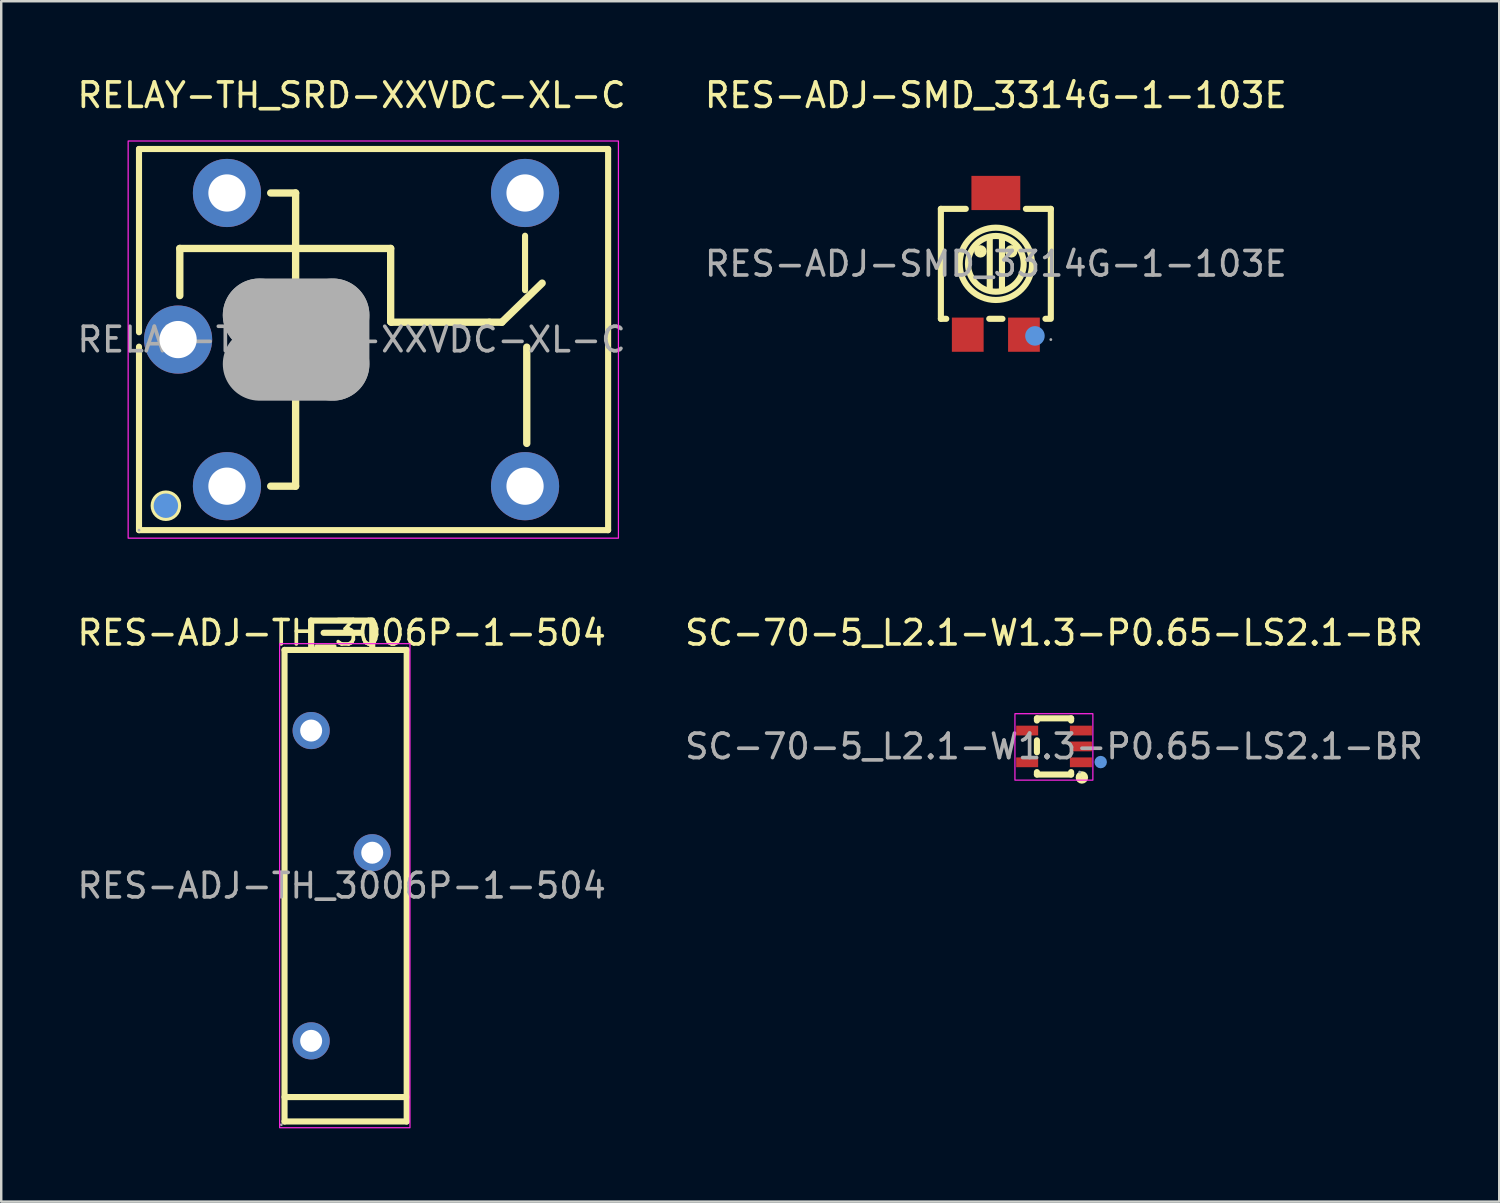
<source format=kicad_pcb>
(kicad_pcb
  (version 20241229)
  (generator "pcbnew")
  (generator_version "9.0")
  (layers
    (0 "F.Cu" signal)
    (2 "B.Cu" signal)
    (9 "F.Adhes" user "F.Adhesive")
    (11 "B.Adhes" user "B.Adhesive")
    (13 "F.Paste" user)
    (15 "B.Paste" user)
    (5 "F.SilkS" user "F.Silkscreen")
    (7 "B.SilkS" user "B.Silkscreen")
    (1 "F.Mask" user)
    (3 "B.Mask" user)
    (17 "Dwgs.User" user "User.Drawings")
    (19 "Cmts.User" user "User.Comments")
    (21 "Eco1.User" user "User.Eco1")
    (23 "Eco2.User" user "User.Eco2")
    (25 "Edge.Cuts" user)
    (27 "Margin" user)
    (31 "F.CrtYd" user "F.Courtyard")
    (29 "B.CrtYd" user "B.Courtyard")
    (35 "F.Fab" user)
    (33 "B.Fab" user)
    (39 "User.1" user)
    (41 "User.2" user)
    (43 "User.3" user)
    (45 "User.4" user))
  (footprint "RES-ADJ-TH_3006P-1-504"
    (layer "F.Cu")
    (at 10.935 33.2)
    (property "Reference" "RES-ADJ-TH_3006P-1-504" (at 0 -10.35 0) (layer "F.SilkS") (effects (font (size 1 1) (thickness 0.15))))
    (attr through_hole)
    (fp_line (start -2.34 -9.65) (end 2.66 -9.65) (stroke (width 0.25) (type solid)) (layer "F.SilkS"))
    (fp_line (start -2.34 8.65) (end 2.66 8.65) (stroke (width 0.25) (type solid)) (layer "F.SilkS"))
    (fp_line (start -2.34 9.65) (end -2.34 -9.65) (stroke (width 0.25) (type solid)) (layer "F.SilkS"))
    (fp_line (start -1.25 -10.85) (end 1.25 -10.85) (stroke (width 0.25) (type solid)) (layer "F.SilkS"))
    (fp_line (start -1.25 -9.65) (end -1.25 -10.85) (stroke (width 0.25) (type solid)) (layer "F.SilkS"))
    (fp_line (start -0.74 -10.35) (end 0.76 -10.35) (stroke (width 0.25) (type solid)) (layer "F.SilkS"))
    (fp_line (start 1.25 -10.85) (end 1.25 -9.65) (stroke (width 0.25) (type solid)) (layer "F.SilkS"))
    (fp_line (start 2.66 -9.65) (end 2.66 9.65) (stroke (width 0.25) (type solid)) (layer "F.SilkS"))
    (fp_line (start 2.66 9.65) (end -2.34 9.65) (stroke (width 0.25) (type solid)) (layer "F.SilkS"))
    (fp_rect (start -2.54 -9.906) (end 2.794 9.906) (stroke (width 0.05) (type default)) (fill no) (layer "F.CrtYd"))
    (fp_circle (center -2.47 9.78) (end -2.44 9.78) (stroke (width 0.06) (type solid)) (fill no) (layer "F.Fab"))
    (fp_circle (center -1.25 -6.35) (end -1.07 -6.35) (stroke (width 0.35) (type solid)) (fill no) (layer "F.Fab"))
    (fp_circle (center -1.25 6.35) (end -1.07 6.35) (stroke (width 0.35) (type solid)) (fill no) (layer "F.Fab"))
    (fp_circle (center 1.25 -1.35) (end 1.43 -1.35) (stroke (width 0.35) (type solid)) (fill no) (layer "F.Fab"))
    (fp_text user "${REFERENCE}" (at 0 0 0) (layer "F.Fab") (effects (font (size 1 1) (thickness 0.15))))
    (pad "1" thru_hole circle (at -1.25 6.35 270) (size 1.52 1.52) (drill 0.9) (layers "*.Cu" "*.Mask"))
    (pad "2" thru_hole circle (at 1.25 -1.35 270) (size 1.52 1.52) (drill 0.9) (layers "*.Cu" "*.Mask"))
    (pad "3" thru_hole circle (at -1.25 -6.35 270) (size 1.52 1.52) (drill 0.9) (layers "*.Cu" "*.Mask")))
  (footprint "RES-ADJ-SMD_3314G-1-103E"
    (layer "F.Cu")
    (at 37.708 7.748)
    (property "Reference" "RES-ADJ-SMD_3314G-1-103E" (at 0 -6.9 0) (layer "F.SilkS") (effects (font (size 1 1) (thickness 0.15))))
    (attr smd)
    (fp_line (start -2.25 -2.25) (end -2.25 2.25) (stroke (width 0.25) (type solid)) (layer "F.SilkS"))
    (fp_line (start -2.25 2.25) (end -2.03 2.25) (stroke (width 0.25) (type solid)) (layer "F.SilkS"))
    (fp_line (start -1.23 -2.25) (end -2.25 -2.25) (stroke (width 0.25) (type solid)) (layer "F.SilkS"))
    (fp_line (start -0.27 2.25) (end 0.27 2.25) (stroke (width 0.25) (type solid)) (layer "F.SilkS"))
    (fp_line (start -0.25 -1.02) (end -0.25 1.02) (stroke (width 0.25) (type solid)) (layer "F.SilkS"))
    (fp_line (start 0.25 -1.02) (end 0.25 1.02) (stroke (width 0.25) (type solid)) (layer "F.SilkS"))
    (fp_line (start 2.03 2.25) (end 2.16 2.25) (stroke (width 0.25) (type solid)) (layer "F.SilkS"))
    (fp_line (start 2.25 -2.25) (end 1.23 -2.25) (stroke (width 0.25) (type solid)) (layer "F.SilkS"))
    (fp_line (start 2.25 -2.25) (end 2.25 2.25) (stroke (width 0.25) (type solid)) (layer "F.SilkS"))
    (fp_circle (center -0.63 -0.51) (end -0.5 -0.51) (stroke (width 0.25) (type solid)) (fill no) (layer "F.SilkS"))
    (fp_circle (center 0 0) (end 1.14 0) (stroke (width 0.25) (type solid)) (fill no) (layer "F.SilkS"))
    (fp_circle (center 0 0) (end 1.48 0) (stroke (width 0.25) (type solid)) (fill no) (layer "F.SilkS"))
    (fp_circle (center 0.63 -0.51) (end 0.76 -0.51) (stroke (width 0.25) (type solid)) (fill no) (layer "F.SilkS"))
    (fp_circle (center 1.6 2.95) (end 1.8 2.95) (stroke (width 0.4) (type solid)) (fill no) (layer "Cmts.User"))
    (fp_circle (center 2.25 3.1) (end 2.28 3.1) (stroke (width 0.06) (type solid)) (fill no) (layer "F.Fab"))
    (fp_text user "${REFERENCE}" (at 0 0 0) (layer "F.Fab") (effects (font (size 1 1) (thickness 0.15))))
    (pad "1" smd rect (at 1.15 2.9) (size 1.3 1.4) (layers "F.Cu" "F.Mask" "F.Paste"))
    (pad "2" smd rect (at 0 -2.9) (size 2 1.4) (layers "F.Cu" "F.Mask" "F.Paste"))
    (pad "3" smd rect (at -1.15 2.9) (size 1.3 1.4) (layers "F.Cu" "F.Mask" "F.Paste")))
  (footprint "SC-70-5_L2.1-W1.3-P0.65-LS2.1-BR"
    (layer "F.Cu")
    (at 40.089 27.5)
    (property "Reference" "SC-70-5_L2.1-W1.3-P0.65-LS2.1-BR" (at 0 -4.65 0) (layer "F.SilkS") (effects (font (size 1 1) (thickness 0.15))))
    (attr smd)
    (fp_line (start -0.7 -1.15) (end 0.7 -1.15) (stroke (width 0.25) (type solid)) (layer "F.SilkS"))
    (fp_line (start -0.7 -1.06) (end -0.7 -1.15) (stroke (width 0.25) (type solid)) (layer "F.SilkS"))
    (fp_line (start -0.7 0.24) (end -0.7 -0.25) (stroke (width 0.25) (type solid)) (layer "F.SilkS"))
    (fp_line (start -0.7 1.15) (end -0.7 1.05) (stroke (width 0.25) (type solid)) (layer "F.SilkS"))
    (fp_line (start -0.7 1.15) (end 0.7 1.15) (stroke (width 0.25) (type solid)) (layer "F.SilkS"))
    (fp_line (start 0.7 -1.06) (end 0.7 -1.15) (stroke (width 0.25) (type solid)) (layer "F.SilkS"))
    (fp_line (start 0.7 1.15) (end 0.7 1.05) (stroke (width 0.25) (type solid)) (layer "F.SilkS"))
    (fp_circle (center 1.14 1.27) (end 1.27 1.27) (stroke (width 0.25) (type solid)) (fill no) (layer "F.SilkS"))
    (fp_circle (center 1.91 0.64) (end 2.04 0.64) (stroke (width 0.25) (type solid)) (fill no) (layer "Cmts.User"))
    (fp_rect (start -1.6 -1.34) (end 1.59 1.38) (stroke (width 0.05) (type default)) (fill no) (layer "F.CrtYd"))
    (fp_circle (center 1.05 1.05) (end 1.08 1.05) (stroke (width 0.06) (type solid)) (fill no) (layer "F.Fab"))
    (fp_text user "${REFERENCE}" (at 0 0 0) (layer "F.Fab") (effects (font (size 1 1) (thickness 0.15))))
    (pad "1" smd rect (at 1.1 0.65 90) (size 0.4 0.9) (layers "F.Cu" "F.Mask" "F.Paste"))
    (pad "2" smd rect (at 1.1 0 90) (size 0.4 0.9) (layers "F.Cu" "F.Mask" "F.Paste"))
    (pad "3" smd rect (at 1.1 -0.65 90) (size 0.4 0.9) (layers "F.Cu" "F.Mask" "F.Paste"))
    (pad "4" smd rect (at -1.1 -0.65 90) (size 0.4 0.9) (layers "F.Cu" "F.Mask" "F.Paste"))
    (pad "5" smd rect (at -1.1 0.65 90) (size 0.4 0.9) (layers "F.Cu" "F.Mask" "F.Paste")))
  (footprint "RELAY-TH_SRD-XXVDC-XL-C"
    (layer "F.Cu")
    (at 11.339 10.848)
    (property "Reference" "RELAY-TH_SRD-XXVDC-XL-C" (at 0 -10 0) (layer "F.SilkS") (effects (font (size 1 1) (thickness 0.15))))
    (attr through_hole)
    (fp_line (start -8.7 -7.8) (end -8.7 -0.3) (stroke (width 0.25) (type solid)) (layer "F.SilkS"))
    (fp_line (start -8.7 0.29) (end -8.7 7.8) (stroke (width 0.25) (type solid)) (layer "F.SilkS"))
    (fp_line (start -7.03 -3.73) (end 1.6 -3.73) (stroke (width 0.3) (type solid)) (layer "F.SilkS"))
    (fp_line (start -7.03 -1.8) (end -7.03 -3.73) (stroke (width 0.3) (type solid)) (layer "F.SilkS"))
    (fp_line (start -2.29 -6) (end -3.31 -6) (stroke (width 0.3) (type solid)) (layer "F.SilkS"))
    (fp_line (start -2.29 -1.05) (end -2.29 -6) (stroke (width 0.3) (type solid)) (layer "F.SilkS"))
    (fp_line (start -2.29 6) (end -3.31 6) (stroke (width 0.3) (type solid)) (layer "F.SilkS"))
    (fp_line (start -2.29 6) (end -2.29 1.05) (stroke (width 0.3) (type solid)) (layer "F.SilkS"))
    (fp_line (start 1.6 -3.73) (end 1.6 -0.73) (stroke (width 0.3) (type solid)) (layer "F.SilkS"))
    (fp_line (start 1.6 -0.73) (end 1.63 -0.71) (stroke (width 0.3) (type solid)) (layer "F.SilkS"))
    (fp_line (start 1.63 -0.71) (end 5.64 -0.71) (stroke (width 0.3) (type solid)) (layer "F.SilkS"))
    (fp_line (start 5.64 -0.71) (end 6.15 -0.71) (stroke (width 0.3) (type solid)) (layer "F.SilkS"))
    (fp_line (start 6.15 -0.71) (end 7.8 -2.31) (stroke (width 0.3) (type solid)) (layer "F.SilkS"))
    (fp_line (start 7.1 -4.25) (end 7.1 -2.02) (stroke (width 0.25) (type solid)) (layer "F.SilkS"))
    (fp_line (start 7.17 4.25) (end 7.17 0.31) (stroke (width 0.3) (type solid)) (layer "F.SilkS"))
    (fp_line (start 10.5 -7.8) (end -8.7 -7.8) (stroke (width 0.25) (type solid)) (layer "F.SilkS"))
    (fp_line (start 10.5 7.8) (end -8.7 7.8) (stroke (width 0.25) (type solid)) (layer "F.SilkS"))
    (fp_line (start 10.5 7.8) (end 10.5 -7.8) (stroke (width 0.25) (type solid)) (layer "F.SilkS"))
    (fp_circle (center -7.6 6.8) (end -7.1 6.8) (stroke (width 0.25) (type solid)) (fill no) (layer "F.SilkS"))
    (fp_circle (center -7.6 6.8) (end -7.35 6.8) (stroke (width 0.5) (type solid)) (fill no) (layer "Cmts.User"))
    (fp_rect (start -9.144 -8.128) (end 10.922 8.128) (stroke (width 0.05) (type default)) (fill no) (layer "F.CrtYd"))
    (fp_line (start -3.77 -1) (end -3.77 -1) (stroke (width 3) (type solid)) (layer "F.Fab"))
    (fp_line (start -3.77 -1) (end -0.77 -1) (stroke (width 3) (type solid)) (layer "F.Fab"))
    (fp_line (start -0.77 -1) (end -0.77 1) (stroke (width 3) (type solid)) (layer "F.Fab"))
    (fp_line (start -0.77 1) (end -3.77 1) (stroke (width 3) (type solid)) (layer "F.Fab"))
    (fp_circle (center -8.7 7.8) (end -8.67 7.8) (stroke (width 0.06) (type solid)) (fill no) (layer "F.Fab"))
    (fp_circle (center -5.1 -6) (end -4.95 -6) (stroke (width 0.3) (type solid)) (fill no) (layer "F.Fab"))
    (fp_circle (center -5.1 6) (end -4.95 6) (stroke (width 0.3) (type solid)) (fill no) (layer "F.Fab"))
    (fp_text user "${REFERENCE}" (at 0 0 0) (layer "F.Fab") (effects (font (size 1 1) (thickness 0.15))))
    (pad "1" thru_hole circle (at -5.1 6 180) (size 2.79 2.79) (drill 1.524) (layers "*.Cu" "*.Mask"))
    (pad "2" thru_hole circle (at 7.1 6 180) (size 2.79 2.79) (drill 1.524) (layers "*.Cu" "*.Mask"))
    (pad "3" thru_hole circle (at 7.1 -6 180) (size 2.79 2.79) (drill 1.524) (layers "*.Cu" "*.Mask"))
    (pad "4" thru_hole circle (at -5.1 -6 180) (size 2.79 2.79) (drill 1.524) (layers "*.Cu" "*.Mask"))
    (pad "5" thru_hole circle (at -7.1 0 180) (size 2.79 2.79) (drill 1.524) (layers "*.Cu" "*.Mask")))
  (gr_rect
    (start -3 -3)
    (end 58.31 46.13)
    (stroke (width 0.1) (type default))
    (fill no)
    (layer "Edge.Cuts")))
</source>
